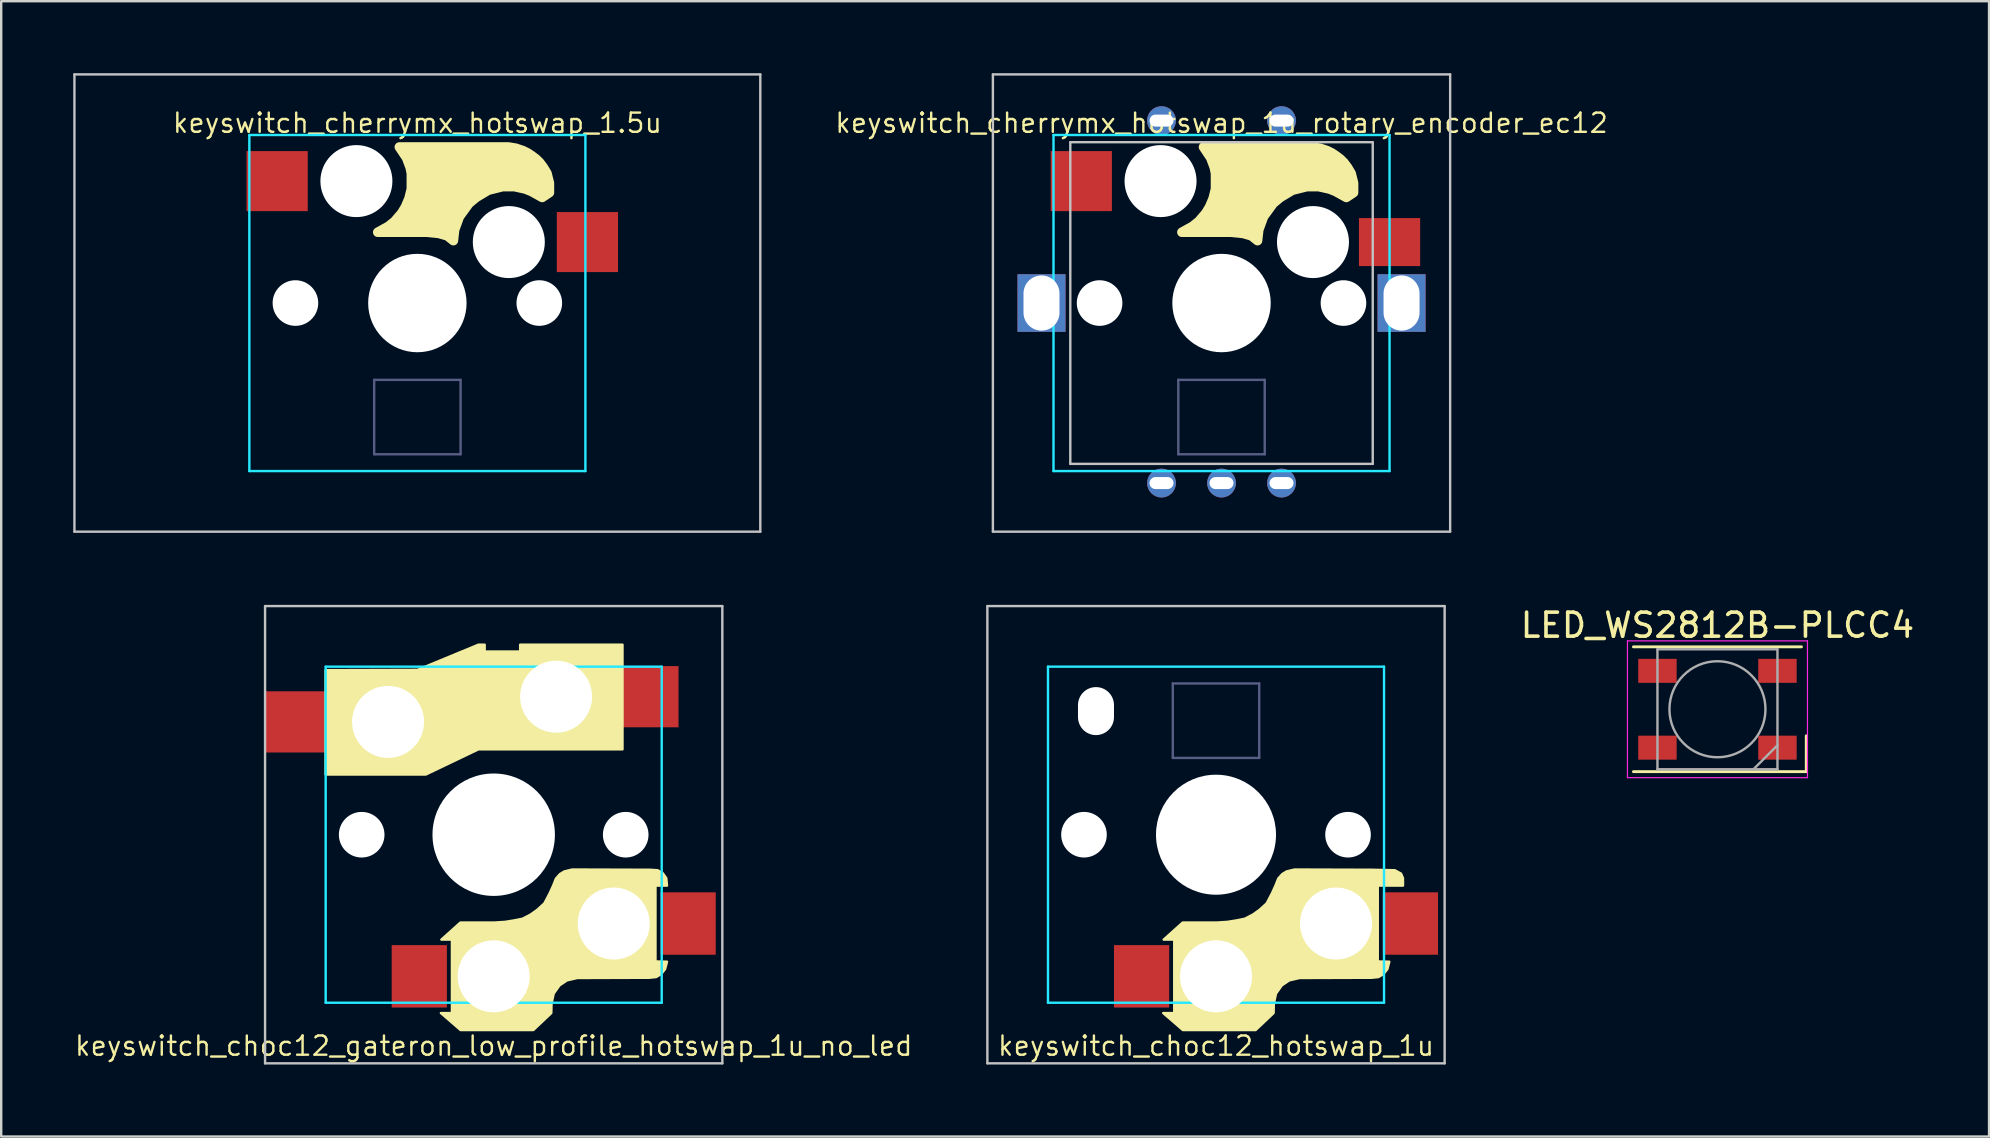
<source format=kicad_pcb>
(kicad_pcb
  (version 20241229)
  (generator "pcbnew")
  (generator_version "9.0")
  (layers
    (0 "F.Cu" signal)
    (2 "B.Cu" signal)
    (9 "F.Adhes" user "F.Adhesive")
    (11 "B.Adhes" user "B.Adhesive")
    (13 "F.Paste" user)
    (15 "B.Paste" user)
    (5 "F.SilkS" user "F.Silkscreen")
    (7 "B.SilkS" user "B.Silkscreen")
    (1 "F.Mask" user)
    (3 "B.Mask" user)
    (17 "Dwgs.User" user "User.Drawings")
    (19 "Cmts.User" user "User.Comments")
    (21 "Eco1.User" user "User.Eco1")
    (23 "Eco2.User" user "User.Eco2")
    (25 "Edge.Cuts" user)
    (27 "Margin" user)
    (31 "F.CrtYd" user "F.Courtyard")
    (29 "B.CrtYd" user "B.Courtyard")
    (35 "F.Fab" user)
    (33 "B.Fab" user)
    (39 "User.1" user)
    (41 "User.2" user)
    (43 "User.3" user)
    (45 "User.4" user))
  (footprint "keyswitch_choc12_hotswap_1u"
    (layer "F.Cu")
    (at 47.61 31.725)
    (property "Reference" "keyswitch_choc12_hotswap_1u" (at 0 8.8 0) (layer "F.SilkS") (effects (font (size 0.8 0.8) (thickness 0.1) (bold yes))))
    (attr smd)
    (fp_poly (pts (xy 1.8 3.14) (xy 2.11 2.86) (xy 2.34 2.42) (xy 2.48 2.11) (xy 2.59 1.83) (xy 2.76 1.64) (xy 2.94 1.53) (xy 3.27 1.45) (xy 6.52 1.46) (xy 7.45 1.48) (xy 7.71 1.622) (xy 7.79 1.81) (xy 7.79 2.12) (xy 6.74 2.12) (xy 6.74 5.28) (xy 7.22 5.29) (xy 7.14 5.6) (xy 6.98 5.8) (xy 6.77 5.93) (xy 6.48 5.96) (xy 3.48 5.97) (xy 3.05 6.07) (xy 2.74 6.28) (xy 2.5 6.62) (xy 2.41 7.04) (xy 2.4 7.43) (xy 1.65 8.14) (xy -1.38 8.14) (xy -2.2 7.43) (xy -1.74 7.43) (xy -1.74 4.37) (xy -2.18 4.37) (xy -1.39 3.66) (xy 0.02 3.66) (xy 0.48 3.63) (xy 0.85 3.57) (xy 1.2 3.5) (xy 1.53 3.33)) (stroke (width 0.1) (type solid)) (fill yes) (layer "F.SilkS"))
    (fp_line (start -9.525 -9.525) (end -9.525 9.525) (stroke (width 0.1) (type solid)) (layer "Dwgs.User"))
    (fp_line (start -9.525 9.525) (end 9.525 9.525) (stroke (width 0.1) (type solid)) (layer "Dwgs.User"))
    (fp_line (start 9.525 -9.525) (end -9.525 -9.525) (stroke (width 0.1) (type solid)) (layer "Dwgs.User"))
    (fp_line (start 9.525 9.525) (end 9.525 -9.525) (stroke (width 0.1) (type solid)) (layer "Dwgs.User"))
    (fp_line (start -7 -7) (end -7 7) (stroke (width 0.1) (type solid)) (layer "B.CrtYd"))
    (fp_line (start -7 7) (end 7 7) (stroke (width 0.1) (type solid)) (layer "B.CrtYd"))
    (fp_line (start 7 -7) (end -7 -7) (stroke (width 0.1) (type solid)) (layer "B.CrtYd"))
    (fp_line (start 7 7) (end 7 -7) (stroke (width 0.1) (type solid)) (layer "B.CrtYd"))
    (fp_line (start -1.8 -6.3) (end 1.8 -6.3) (stroke (width 0.1) (type default)) (layer "B.Fab"))
    (fp_line (start -1.8 -3.2) (end -1.8 -6.3) (stroke (width 0.1) (type default)) (layer "B.Fab"))
    (fp_line (start -1.8 -3.2) (end 1.8 -3.2) (stroke (width 0.1) (type default)) (layer "B.Fab"))
    (fp_line (start 1.8 -3.2) (end 1.8 -6.3) (stroke (width 0.1) (type default)) (layer "B.Fab"))
    (pad "" np_thru_hole circle (at -5.5 0 270) (size 1.9 1.9) (drill 1.9) (layers "*.Cu" "*.Mask"))
    (pad "" np_thru_hole oval (at -5 -5.15) (size 1.5 2) (drill oval 1.5 2) (layers "*.Cu" "*.Mask"))
    (pad "" np_thru_hole circle (at 0 0 270) (size 5 5) (drill 5) (layers "*.Cu" "*.Mask"))
    (pad "" np_thru_hole circle (at 0 5.9 270) (size 3 3) (drill 3) (layers "*.Cu" "*.Mask"))
    (pad "" np_thru_hole circle (at 5 3.7 270) (size 3 3) (drill 3) (layers "*.Cu" "*.Mask"))
    (pad "" np_thru_hole circle (at 5.5 0 270) (size 1.9 1.9) (drill 1.9) (layers "*.Cu" "*.Mask"))
    (pad "1" smd rect (at 8.1 3.7 180) (size 2.3 2.6) (layers "F.Cu" "F.Mask" "F.Paste"))
    (pad "2" smd rect (at -3.1 5.9 180) (size 2.3 2.6) (layers "F.Cu" "F.Mask" "F.Paste")))
  (footprint "LED_WS2812B-PLCC4"
    (layer "F.Cu")
    (at 68.501 26.498)
    (property "Reference" "LED_WS2812B-PLCC4" (at 0 -3.5 0) (layer "F.SilkS") (effects (font (size 1 1) (thickness 0.15))))
    (attr smd)
    (fp_line (start -3.5 -2.6) (end 3.5 -2.6) (stroke (width 0.12) (type solid)) (layer "F.SilkS"))
    (fp_line (start -3.5 2.6) (end 3.7 2.6) (stroke (width 0.12) (type solid)) (layer "F.SilkS"))
    (fp_line (start 3.7 2.6) (end 3.7 1.107) (stroke (width 0.12) (type solid)) (layer "F.SilkS"))
    (fp_line (start -3.75 -2.85) (end -3.75 2.85) (stroke (width 0.05) (type solid)) (layer "F.CrtYd"))
    (fp_line (start -3.75 2.85) (end 3.75 2.85) (stroke (width 0.05) (type solid)) (layer "F.CrtYd"))
    (fp_line (start 3.75 -2.85) (end -3.75 -2.85) (stroke (width 0.05) (type solid)) (layer "F.CrtYd"))
    (fp_line (start 3.75 2.85) (end 3.75 -2.85) (stroke (width 0.05) (type solid)) (layer "F.CrtYd"))
    (fp_line (start -2.5 -2.5) (end -2.5 2.5) (stroke (width 0.1) (type solid)) (layer "F.Fab"))
    (fp_line (start -2.5 2.5) (end 2.5 2.5) (stroke (width 0.1) (type solid)) (layer "F.Fab"))
    (fp_line (start 2.5 -2.5) (end -2.5 -2.5) (stroke (width 0.1) (type solid)) (layer "F.Fab"))
    (fp_line (start 2.5 1.5) (end 1.5 2.5) (stroke (width 0.1) (type solid)) (layer "F.Fab"))
    (fp_line (start 2.5 2.5) (end 2.5 -2.5) (stroke (width 0.1) (type solid)) (layer "F.Fab"))
    (fp_circle (center 0 0) (end 0 -2) (stroke (width 0.1) (type solid)) (fill no) (layer "F.Fab"))
    (pad "1" smd rect (at -2.5 -1.6) (size 1.6 1) (layers "F.Cu" "F.Mask" "F.Paste"))
    (pad "2" smd rect (at -2.5 1.6) (size 1.6 1) (layers "F.Cu" "F.Mask" "F.Paste"))
    (pad "3" smd rect (at 2.5 1.6) (size 1.6 1) (layers "F.Cu" "F.Mask" "F.Paste"))
    (pad "4" smd rect (at 2.5 -1.6) (size 1.6 1) (layers "F.Cu" "F.Mask" "F.Paste")))
  (footprint "keyswitch_cherrymx_hotswap_1u_rotary_encoder_ec12"
    (layer "F.Cu")
    (at 47.84 9.575)
    (property "Reference" "keyswitch_cherrymx_hotswap_1u_rotary_encoder_ec12" (at 0 -7.5 0) (layer "F.SilkS") (effects (font (size 0.8 0.8) (thickness 0.1) (bold yes))))
    (attr smd)
    (fp_poly (pts (xy 3.6 -6.5) (xy 3.8 -6.5) (xy 4.1 -6.45) (xy 4.4 -6.35) (xy 4.6 -6.25) (xy 4.75 -6.15) (xy 4.95 -6) (xy 5.1 -5.85) (xy 5.25 -5.65) (xy 5.4 -5.4) (xy 5.5 -5) (xy 5.5 -4.6) (xy 5.35 -4.5) (xy 5.2 -4.4) (xy 4.75 -4.65) (xy 4.5 -4.75) (xy 4.05 -4.85) (xy 3.55 -4.85) (xy 2.95 -4.7) (xy 2.45 -4.4) (xy 2.15 -4.15) (xy 1.75 -3.6) (xy 1.55 -3.05) (xy 1.5 -2.6) (xy 1.25 -2.8) (xy 0.9 -2.9) (xy 0.4 -2.95) (xy -1.65 -2.95) (xy -1.2 -3.2) (xy -0.95 -3.4) (xy -0.65 -3.75) (xy -0.5 -4) (xy -0.35 -4.35) (xy -0.25 -4.75) (xy -0.25 -5.05) (xy -0.25 -5.4) (xy -0.3 -5.65) (xy -0.45 -6.05) (xy -0.75 -6.5)) (stroke (width 0.4) (type solid)) (fill yes) (layer "F.SilkS"))
    (fp_line (start -9.525 -9.525) (end -9.525 9.525) (stroke (width 0.1) (type solid)) (layer "Dwgs.User"))
    (fp_line (start -9.525 9.525) (end 9.525 9.525) (stroke (width 0.1) (type solid)) (layer "Dwgs.User"))
    (fp_line (start -6.3 -6.7) (end -6.3 6.7) (stroke (width 0.1) (type default)) (layer "Dwgs.User"))
    (fp_line (start -6.3 -6.7) (end 6.3 -6.7) (stroke (width 0.1) (type default)) (layer "Dwgs.User"))
    (fp_line (start -6.3 6.7) (end 6.3 6.7) (stroke (width 0.1) (type default)) (layer "Dwgs.User"))
    (fp_line (start 6.3 -6.7) (end 6.3 6.7) (stroke (width 0.1) (type default)) (layer "Dwgs.User"))
    (fp_line (start 9.525 -9.525) (end -9.525 -9.525) (stroke (width 0.1) (type solid)) (layer "Dwgs.User"))
    (fp_line (start 9.525 9.525) (end 9.525 -9.525) (stroke (width 0.1) (type solid)) (layer "Dwgs.User"))
    (fp_line (start -7 7) (end -7 -7) (stroke (width 0.1) (type default)) (layer "B.CrtYd"))
    (fp_line (start 7 -7) (end -7 -7) (stroke (width 0.1) (type default)) (layer "B.CrtYd"))
    (fp_line (start 7 -7) (end 7 7) (stroke (width 0.1) (type default)) (layer "B.CrtYd"))
    (fp_line (start 7 7) (end -7 7) (stroke (width 0.1) (type default)) (layer "B.CrtYd"))
    (fp_line (start -1.8 3.2) (end -1.8 6.3) (stroke (width 0.1) (type default)) (layer "B.Fab"))
    (fp_line (start 1.8 3.2) (end -1.8 3.2) (stroke (width 0.1) (type default)) (layer "B.Fab"))
    (fp_line (start 1.8 3.2) (end 1.8 6.3) (stroke (width 0.1) (type default)) (layer "B.Fab"))
    (fp_line (start 1.8 6.3) (end -1.8 6.3) (stroke (width 0.1) (type default)) (layer "B.Fab"))
    (pad "" thru_hole rect (at -7.5 0 270) (size 2.4 2) (drill oval 2.3 1.5) (layers "*.Cu" "*.Mask"))
    (pad "" np_thru_hole circle (at -5.08 0) (size 1.9 1.9) (drill 1.9) (layers "*.Cu" "*.Mask"))
    (pad "" np_thru_hole circle (at -2.54 -5.08) (size 3 3) (drill 3) (layers "*.Cu" "*.Mask"))
    (pad "" np_thru_hole circle (at 0 0 270) (size 4.1 4.1) (drill 4.1) (layers "*.Cu" "*.Mask"))
    (pad "" np_thru_hole circle (at 3.81 -2.54) (size 3 3) (drill 3) (layers "*.Cu" "*.Mask"))
    (pad "" np_thru_hole circle (at 5.08 0) (size 1.9 1.9) (drill 1.9) (layers "*.Cu" "*.Mask"))
    (pad "" thru_hole rect (at 7.5 0 270) (size 2.4 2) (drill oval 2.3 1.5) (layers "*.Cu" "*.Mask"))
    (pad "A" thru_hole circle (at 2.5 7.5) (size 1.2 1.2) (drill oval 1 0.5) (layers "*.Cu" "F.Mask"))
    (pad "B" thru_hole circle (at -2.5 7.5) (size 1.2 1.2) (drill oval 1 0.5) (layers "*.Cu" "F.Mask"))
    (pad "C" thru_hole circle (at 0 7.5) (size 1.2 1.2) (drill oval 1 0.5) (layers "*.Cu" "F.Mask"))
    (pad "S1" smd rect (at -5.842 -5.08 180) (size 2.55 2.5) (layers "F.Cu" "F.Mask" "F.Paste"))
    (pad "S1" thru_hole circle (at -2.5 -7.6) (size 1.2 1.2) (drill oval 1 0.5) (layers "*.Cu" "F.Mask"))
    (pad "S2" thru_hole circle (at 2.5 -7.6) (size 1.2 1.2) (drill oval 1 0.5) (layers "*.Cu" "F.Mask"))
    (pad "S2" smd rect (at 7 -2.54 180) (size 2.55 2) (layers "F.Cu" "F.Mask" "F.Paste")))
  (footprint "keyswitch_cherrymx_hotswap_1.5u"
    (layer "F.Cu")
    (at 14.338 9.575)
    (property "Reference" "keyswitch_cherrymx_hotswap_1.5u" (at 0 -7.5 0) (layer "F.SilkS") (effects (font (size 0.8 0.8) (thickness 0.1) (bold yes))))
    (attr smd)
    (fp_poly (pts (xy 3.6 -6.5) (xy 3.8 -6.5) (xy 4.1 -6.45) (xy 4.4 -6.35) (xy 4.6 -6.25) (xy 4.75 -6.15) (xy 4.95 -6) (xy 5.1 -5.85) (xy 5.25 -5.65) (xy 5.4 -5.4) (xy 5.5 -5) (xy 5.5 -4.6) (xy 5.35 -4.5) (xy 5.2 -4.4) (xy 4.75 -4.65) (xy 4.5 -4.75) (xy 4.05 -4.85) (xy 3.55 -4.85) (xy 2.95 -4.7) (xy 2.45 -4.4) (xy 2.15 -4.15) (xy 1.75 -3.6) (xy 1.55 -3.05) (xy 1.5 -2.6) (xy 1.25 -2.8) (xy 0.9 -2.9) (xy 0.4 -2.95) (xy -1.65 -2.95) (xy -1.2 -3.2) (xy -0.95 -3.4) (xy -0.65 -3.75) (xy -0.5 -4) (xy -0.35 -4.35) (xy -0.25 -4.75) (xy -0.25 -5.05) (xy -0.25 -5.4) (xy -0.3 -5.65) (xy -0.45 -6.05) (xy -0.75 -6.5)) (stroke (width 0.4) (type solid)) (fill yes) (layer "F.SilkS"))
    (fp_line (start -14.287 -9.525) (end -14.287 9.525) (stroke (width 0.1) (type solid)) (layer "Dwgs.User"))
    (fp_line (start -14.287 9.525) (end 14.287 9.525) (stroke (width 0.1) (type solid)) (layer "Dwgs.User"))
    (fp_line (start 14.287 -9.525) (end -14.287 -9.525) (stroke (width 0.1) (type solid)) (layer "Dwgs.User"))
    (fp_line (start 14.287 9.525) (end 14.287 -9.525) (stroke (width 0.1) (type solid)) (layer "Dwgs.User"))
    (fp_line (start -7 7) (end -7 -7) (stroke (width 0.1) (type default)) (layer "B.CrtYd"))
    (fp_line (start 7 -7) (end -7 -7) (stroke (width 0.1) (type default)) (layer "B.CrtYd"))
    (fp_line (start 7 -7) (end 7 7) (stroke (width 0.1) (type default)) (layer "B.CrtYd"))
    (fp_line (start 7 7) (end -7 7) (stroke (width 0.1) (type default)) (layer "B.CrtYd"))
    (fp_line (start -1.8 3.2) (end -1.8 6.3) (stroke (width 0.1) (type default)) (layer "B.Fab"))
    (fp_line (start 1.8 3.2) (end -1.8 3.2) (stroke (width 0.1) (type default)) (layer "B.Fab"))
    (fp_line (start 1.8 3.2) (end 1.8 6.3) (stroke (width 0.1) (type default)) (layer "B.Fab"))
    (fp_line (start 1.8 6.3) (end -1.8 6.3) (stroke (width 0.1) (type default)) (layer "B.Fab"))
    (pad "" np_thru_hole circle (at -5.08 0) (size 1.9 1.9) (drill 1.9) (layers "*.Cu" "*.Mask"))
    (pad "" np_thru_hole circle (at -2.54 -5.08) (size 3 3) (drill 3) (layers "*.Cu" "*.Mask"))
    (pad "" np_thru_hole circle (at 0 0 270) (size 4.1 4.1) (drill 4.1) (layers "*.Cu" "*.Mask"))
    (pad "" np_thru_hole circle (at 3.81 -2.54) (size 3 3) (drill 3) (layers "*.Cu" "*.Mask"))
    (pad "" np_thru_hole circle (at 5.08 0) (size 1.9 1.9) (drill 1.9) (layers "*.Cu" "*.Mask"))
    (pad "1" smd rect (at 7.085 -2.54 180) (size 2.55 2.5) (layers "F.Cu" "F.Mask" "F.Paste"))
    (pad "2" smd rect (at -5.842 -5.08 180) (size 2.55 2.5) (layers "F.Cu" "F.Mask" "F.Paste")))
  (footprint "keyswitch_choc12_gateron_low_profile_hotswap_1u_no_led"
    (layer "F.Cu")
    (at 17.518 31.725)
    (property "Reference" "keyswitch_choc12_gateron_low_profile_hotswap_1u_no_led" (at 0 8.8 0) (layer "F.SilkS") (effects (font (size 0.8 0.8) (thickness 0.1) (bold yes))))
    (attr smd)
    (fp_poly (pts (xy 5.366 -3.557) (xy -0.637 -3.557) (xy -2.83 -2.507) (xy -7.004 -2.507) (xy -7.004 -6.855) (xy -3.178 -6.867) (xy -0.637 -7.917) (xy -0.376 -7.917) (xy -0.376 -7.632) (xy 1.103 -7.632) (xy 1.103 -7.917) (xy 5.366 -7.917)) (stroke (width 0.1) (type solid)) (fill yes) (layer "F.SilkS"))
    (fp_poly (pts (xy 1.8 3.14) (xy 2.11 2.86) (xy 2.34 2.42) (xy 2.48 2.11) (xy 2.59 1.83) (xy 2.76 1.64) (xy 2.94 1.53) (xy 3.27 1.45) (xy 6.52 1.46) (xy 6.83 1.48) (xy 7.04 1.6) (xy 7.19 1.81) (xy 7.22 2.12) (xy 6.74 2.12) (xy 6.74 5.28) (xy 7.22 5.29) (xy 7.14 5.6) (xy 6.98 5.8) (xy 6.77 5.93) (xy 6.48 5.96) (xy 3.48 5.97) (xy 3.05 6.07) (xy 2.74 6.28) (xy 2.5 6.62) (xy 2.41 7.04) (xy 2.4 7.43) (xy 1.65 8.14) (xy -1.38 8.14) (xy -2.2 7.43) (xy -1.74 7.43) (xy -1.74 4.37) (xy -2.18 4.37) (xy -1.39 3.66) (xy 0.02 3.66) (xy 0.48 3.63) (xy 0.85 3.57) (xy 1.2 3.5) (xy 1.53 3.33)) (stroke (width 0.1) (type solid)) (fill yes) (layer "F.SilkS"))
    (fp_line (start -9.525 -9.525) (end -9.525 9.525) (stroke (width 0.1) (type solid)) (layer "Dwgs.User"))
    (fp_line (start -9.525 9.525) (end 9.525 9.525) (stroke (width 0.1) (type solid)) (layer "Dwgs.User"))
    (fp_line (start 9.525 -9.525) (end -9.525 -9.525) (stroke (width 0.1) (type solid)) (layer "Dwgs.User"))
    (fp_line (start 9.525 9.525) (end 9.525 -9.525) (stroke (width 0.1) (type solid)) (layer "Dwgs.User"))
    (fp_line (start -7 -7) (end -7 7) (stroke (width 0.1) (type solid)) (layer "B.CrtYd"))
    (fp_line (start -7 7) (end 7 7) (stroke (width 0.1) (type solid)) (layer "B.CrtYd"))
    (fp_line (start 7 -7) (end -7 -7) (stroke (width 0.1) (type solid)) (layer "B.CrtYd"))
    (fp_line (start 7 7) (end 7 -7) (stroke (width 0.1) (type solid)) (layer "B.CrtYd"))
    (pad "" np_thru_hole circle (at -5.5 0 270) (size 1.9 1.9) (drill 1.9) (layers "*.Cu" "*.Mask"))
    (pad "" np_thru_hole circle (at -4.4 -4.7 270) (size 3 3) (drill 3) (layers "*.Cu" "*.Mask"))
    (pad "" np_thru_hole circle (at 0 0 270) (size 5.1 5.1) (drill 5.1) (layers "*.Cu" "*.Mask"))
    (pad "" np_thru_hole circle (at 0 5.9 270) (size 3 3) (drill 3) (layers "*.Cu" "*.Mask"))
    (pad "" np_thru_hole circle (at 2.6 -5.75 270) (size 3 3) (drill 3) (layers "*.Cu" "*.Mask"))
    (pad "" np_thru_hole circle (at 5 3.7 270) (size 3 3) (drill 3) (layers "*.Cu" "*.Mask"))
    (pad "" np_thru_hole circle (at 5.5 0 270) (size 1.9 1.9) (drill 1.9) (layers "*.Cu" "*.Mask"))
    (pad "1" smd rect (at 6.45 -5.75) (size 2.5 2.55) (layers "F.Cu" "F.Mask" "F.Paste"))
    (pad "1" smd rect (at 8.1 3.7 180) (size 2.3 2.6) (layers "F.Cu" "F.Mask" "F.Paste"))
    (pad "2" smd rect (at -8.25 -4.7) (size 2.5 2.55) (layers "F.Cu" "F.Mask" "F.Paste"))
    (pad "2" smd rect (at -3.1 5.9 180) (size 2.3 2.6) (layers "F.Cu" "F.Mask" "F.Paste")))
  (gr_rect
    (start -3 -3)
    (end 79.816 44.3)
    (stroke (width 0.1) (type default))
    (fill no)
    (layer "Edge.Cuts")))
</source>
